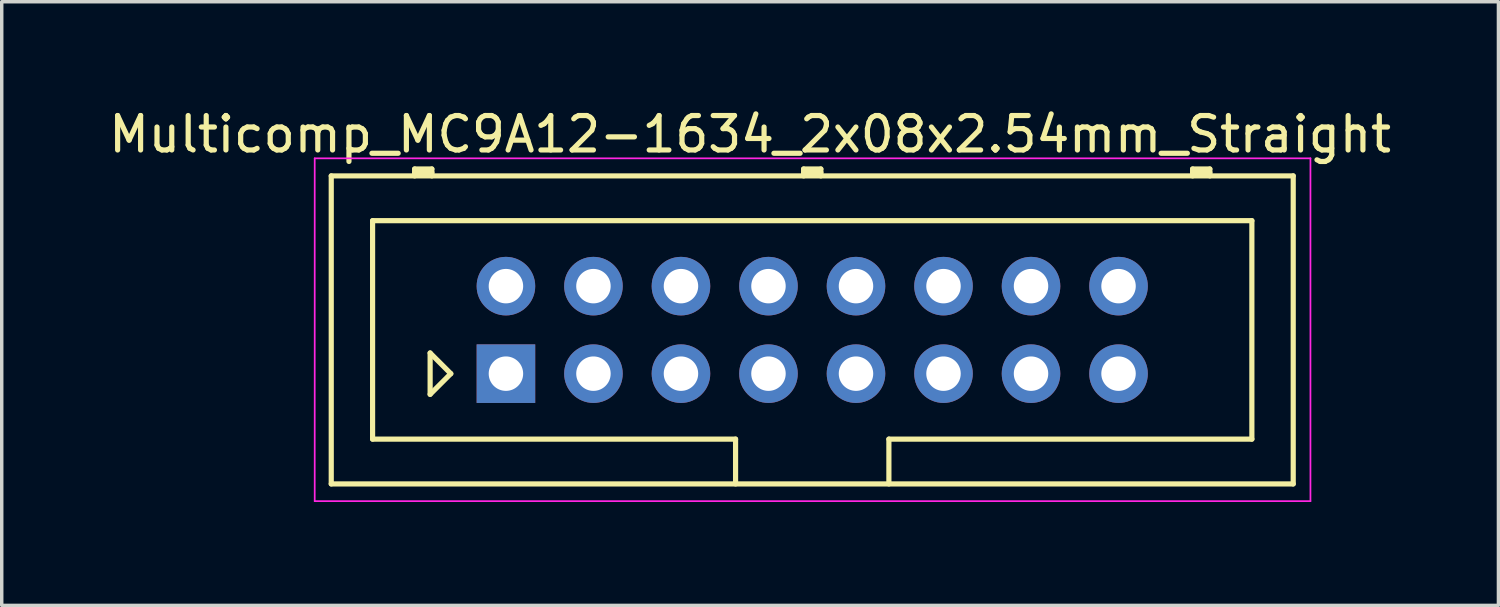
<source format=kicad_pcb>
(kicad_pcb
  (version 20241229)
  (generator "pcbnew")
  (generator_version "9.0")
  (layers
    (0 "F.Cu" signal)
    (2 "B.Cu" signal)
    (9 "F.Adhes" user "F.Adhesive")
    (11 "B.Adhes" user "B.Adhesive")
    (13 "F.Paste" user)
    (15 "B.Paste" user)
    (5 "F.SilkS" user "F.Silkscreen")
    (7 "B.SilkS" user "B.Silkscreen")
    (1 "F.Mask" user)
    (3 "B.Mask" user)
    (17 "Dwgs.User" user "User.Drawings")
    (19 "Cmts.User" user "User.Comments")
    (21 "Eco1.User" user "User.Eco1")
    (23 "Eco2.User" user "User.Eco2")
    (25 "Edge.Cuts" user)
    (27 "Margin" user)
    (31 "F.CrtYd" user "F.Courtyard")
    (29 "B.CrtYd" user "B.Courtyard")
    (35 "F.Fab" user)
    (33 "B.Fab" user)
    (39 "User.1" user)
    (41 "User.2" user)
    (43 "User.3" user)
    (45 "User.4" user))
  (footprint "Multicomp_MC9A12-1634_2x08x2.54mm_Straight"
    (layer "F.Cu")
    (at 11.634 7.795)
    (property "Reference" "Multicomp_MC9A12-1634_2x08x2.54mm_Straight" (at 7.087 -6.947 0) (layer "F.SilkS") (effects (font (size 1 1) (thickness 0.15))))
    (attr through_hole)
    (fp_line (start -5.07 -5.74) (end 22.85 -5.74) (stroke (width 0.15) (type solid)) (layer "F.SilkS"))
    (fp_line (start -5.07 3.2) (end -5.07 -5.74) (stroke (width 0.15) (type solid)) (layer "F.SilkS"))
    (fp_line (start -3.87 -4.44) (end 21.65 -4.44) (stroke (width 0.15) (type solid)) (layer "F.SilkS"))
    (fp_line (start -3.87 1.9) (end -3.87 -4.44) (stroke (width 0.15) (type solid)) (layer "F.SilkS"))
    (fp_line (start -2.65 -5.94) (end -2.15 -5.94) (stroke (width 0.15) (type solid)) (layer "F.SilkS"))
    (fp_line (start -2.65 -5.84) (end -2.15 -5.84) (stroke (width 0.15) (type solid)) (layer "F.SilkS"))
    (fp_line (start -2.65 -5.74) (end -2.65 -5.94) (stroke (width 0.15) (type solid)) (layer "F.SilkS"))
    (fp_line (start -2.2 -0.6) (end -1.6 0) (stroke (width 0.15) (type solid)) (layer "F.SilkS"))
    (fp_line (start -2.2 0.6) (end -2.2 -0.6) (stroke (width 0.15) (type solid)) (layer "F.SilkS"))
    (fp_line (start -2.15 -5.94) (end -2.15 -5.74) (stroke (width 0.15) (type solid)) (layer "F.SilkS"))
    (fp_line (start -1.6 0) (end -2.2 0.6) (stroke (width 0.15) (type solid)) (layer "F.SilkS"))
    (fp_line (start 6.665 1.9) (end -3.87 1.9) (stroke (width 0.15) (type solid)) (layer "F.SilkS"))
    (fp_line (start 6.665 3.2) (end 6.665 1.9) (stroke (width 0.15) (type solid)) (layer "F.SilkS"))
    (fp_line (start 8.64 -5.94) (end 9.14 -5.94) (stroke (width 0.15) (type solid)) (layer "F.SilkS"))
    (fp_line (start 8.64 -5.84) (end 9.14 -5.84) (stroke (width 0.15) (type solid)) (layer "F.SilkS"))
    (fp_line (start 8.64 -5.74) (end 8.64 -5.94) (stroke (width 0.15) (type solid)) (layer "F.SilkS"))
    (fp_line (start 9.14 -5.94) (end 9.14 -5.74) (stroke (width 0.15) (type solid)) (layer "F.SilkS"))
    (fp_line (start 11.115 1.9) (end 11.115 3.2) (stroke (width 0.15) (type solid)) (layer "F.SilkS"))
    (fp_line (start 19.93 -5.94) (end 20.43 -5.94) (stroke (width 0.15) (type solid)) (layer "F.SilkS"))
    (fp_line (start 19.93 -5.84) (end 20.43 -5.84) (stroke (width 0.15) (type solid)) (layer "F.SilkS"))
    (fp_line (start 19.93 -5.74) (end 19.93 -5.94) (stroke (width 0.15) (type solid)) (layer "F.SilkS"))
    (fp_line (start 20.43 -5.94) (end 20.43 -5.74) (stroke (width 0.15) (type solid)) (layer "F.SilkS"))
    (fp_line (start 21.65 -4.44) (end 21.65 1.9) (stroke (width 0.15) (type solid)) (layer "F.SilkS"))
    (fp_line (start 21.65 1.9) (end 11.115 1.9) (stroke (width 0.15) (type solid)) (layer "F.SilkS"))
    (fp_line (start 22.85 -5.74) (end 22.85 3.2) (stroke (width 0.15) (type solid)) (layer "F.SilkS"))
    (fp_line (start 22.85 3.2) (end -5.07 3.2) (stroke (width 0.15) (type solid)) (layer "F.SilkS"))
    (fp_line (start -5.55 -6.25) (end 23.35 -6.25) (stroke (width 0.05) (type solid)) (layer "F.CrtYd"))
    (fp_line (start -5.55 3.7) (end -5.55 -6.25) (stroke (width 0.05) (type solid)) (layer "F.CrtYd"))
    (fp_line (start 23.35 -6.25) (end 23.35 3.7) (stroke (width 0.05) (type solid)) (layer "F.CrtYd"))
    (fp_line (start 23.35 3.7) (end -5.55 3.7) (stroke (width 0.05) (type solid)) (layer "F.CrtYd"))
    (pad "1" thru_hole rect (at 0 0) (size 1.7 1.7) (drill 1) (layers "*.Cu" "*.Mask"))
    (pad "2" thru_hole circle (at 0 -2.54) (size 1.7 1.7) (drill 1) (layers "*.Cu" "*.Mask"))
    (pad "3" thru_hole circle (at 2.54 0) (size 1.7 1.7) (drill 1) (layers "*.Cu" "*.Mask"))
    (pad "4" thru_hole circle (at 2.54 -2.54) (size 1.7 1.7) (drill 1) (layers "*.Cu" "*.Mask"))
    (pad "5" thru_hole circle (at 5.08 0) (size 1.7 1.7) (drill 1) (layers "*.Cu" "*.Mask"))
    (pad "6" thru_hole circle (at 5.08 -2.54) (size 1.7 1.7) (drill 1) (layers "*.Cu" "*.Mask"))
    (pad "7" thru_hole circle (at 7.62 0) (size 1.7 1.7) (drill 1) (layers "*.Cu" "*.Mask"))
    (pad "8" thru_hole circle (at 7.62 -2.54) (size 1.7 1.7) (drill 1) (layers "*.Cu" "*.Mask"))
    (pad "9" thru_hole circle (at 10.16 0) (size 1.7 1.7) (drill 1) (layers "*.Cu" "*.Mask"))
    (pad "10" thru_hole circle (at 10.16 -2.54) (size 1.7 1.7) (drill 1) (layers "*.Cu" "*.Mask"))
    (pad "11" thru_hole circle (at 12.7 0) (size 1.7 1.7) (drill 1) (layers "*.Cu" "*.Mask"))
    (pad "12" thru_hole circle (at 12.7 -2.54) (size 1.7 1.7) (drill 1) (layers "*.Cu" "*.Mask"))
    (pad "13" thru_hole circle (at 15.24 0) (size 1.7 1.7) (drill 1) (layers "*.Cu" "*.Mask"))
    (pad "14" thru_hole circle (at 15.24 -2.54) (size 1.7 1.7) (drill 1) (layers "*.Cu" "*.Mask"))
    (pad "15" thru_hole circle (at 17.78 0) (size 1.7 1.7) (drill 1) (layers "*.Cu" "*.Mask"))
    (pad "16" thru_hole circle (at 17.78 -2.54) (size 1.7 1.7) (drill 1) (layers "*.Cu" "*.Mask")))
  (gr_rect
    (start -3 -3)
    (end 40.44 14.52)
    (stroke (width 0.1) (type default))
    (fill no)
    (layer "Edge.Cuts")))
</source>
